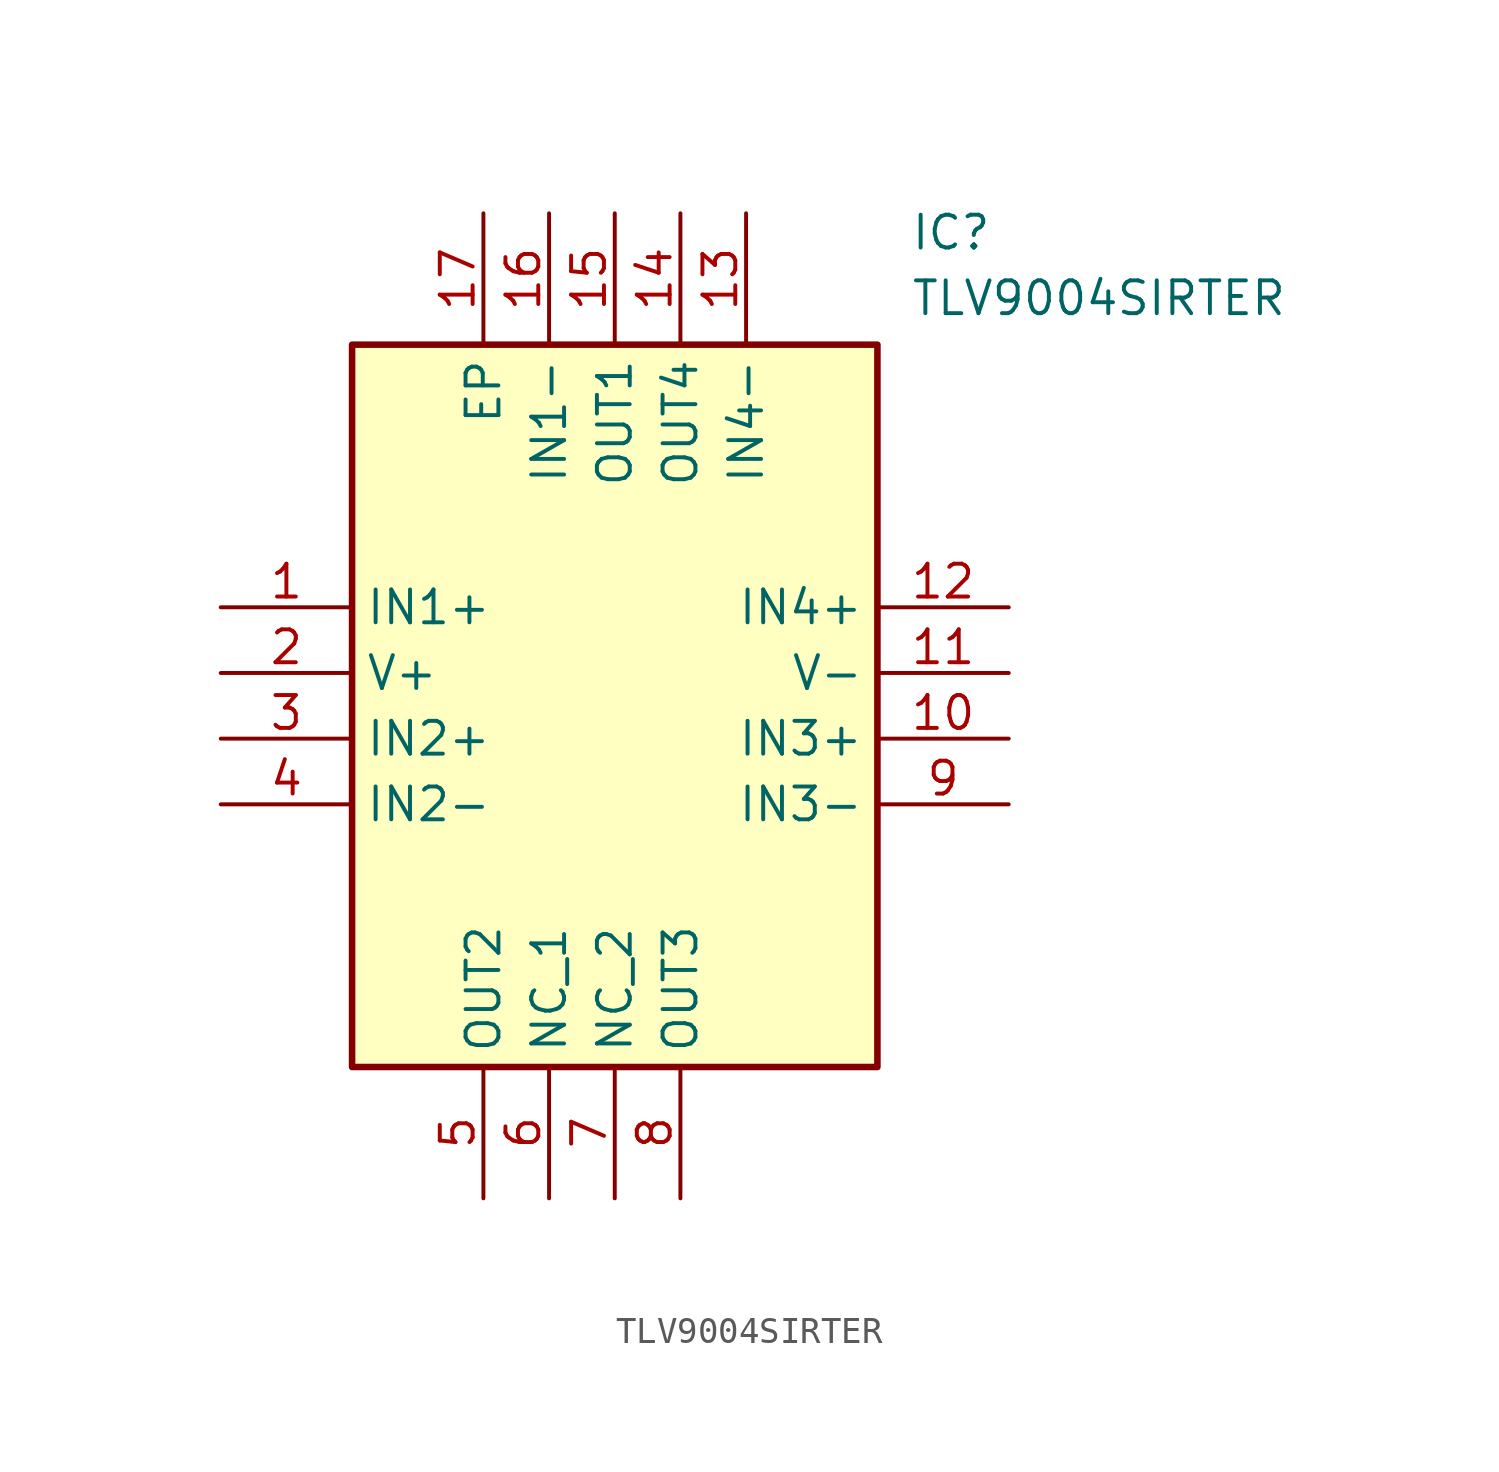
<source format=kicad_sym>
(kicad_symbol_lib
  (version 20211014)
  (generator SamacSys_ECAD_Model)
  (symbol "TLV9004SIRTER"
    (property "Reference" "IC"
      (at 26.67 15.24 0)
      (effects (font (size 1.27 1.27)) (justify left top)))
    (property "Value" "TLV9004SIRTER"
      (at 26.67 12.7 0)
      (effects (font (size 1.27 1.27)) (justify left top)))
    (rectangle
      (start 5.08 10.16)
      (end 25.4 -17.78)
      (stroke (width 0.254) (type default))
      (fill (type background)))
    (pin passive line
      (at 0 0 0)
      (length 5.08)
      (name "IN1+" (effects (font (size 1.27 1.27))))
      (number "1" (effects (font (size 1.27 1.27)))))
    (pin passive line
      (at 0 -2.54 0)
      (length 5.08)
      (name "V+" (effects (font (size 1.27 1.27))))
      (number "2" (effects (font (size 1.27 1.27)))))
    (pin passive line
      (at 0 -5.08 0)
      (length 5.08)
      (name "IN2+" (effects (font (size 1.27 1.27))))
      (number "3" (effects (font (size 1.27 1.27)))))
    (pin passive line
      (at 0 -7.62 0)
      (length 5.08)
      (name "IN2-" (effects (font (size 1.27 1.27))))
      (number "4" (effects (font (size 1.27 1.27)))))
    (pin passive line
      (at 10.16 -22.86 90)
      (length 5.08)
      (name "OUT2" (effects (font (size 1.27 1.27))))
      (number "5" (effects (font (size 1.27 1.27)))))
    (pin passive line
      (at 12.7 -22.86 90)
      (length 5.08)
      (name "NC_1" (effects (font (size 1.27 1.27))))
      (number "6" (effects (font (size 1.27 1.27)))))
    (pin passive line
      (at 15.24 -22.86 90)
      (length 5.08)
      (name "NC_2" (effects (font (size 1.27 1.27))))
      (number "7" (effects (font (size 1.27 1.27)))))
    (pin passive line
      (at 17.78 -22.86 90)
      (length 5.08)
      (name "OUT3" (effects (font (size 1.27 1.27))))
      (number "8" (effects (font (size 1.27 1.27)))))
    (pin passive line
      (at 30.48 0 180)
      (length 5.08)
      (name "IN4+" (effects (font (size 1.27 1.27))))
      (number "12" (effects (font (size 1.27 1.27)))))
    (pin passive line
      (at 30.48 -2.54 180)
      (length 5.08)
      (name "V-" (effects (font (size 1.27 1.27))))
      (number "11" (effects (font (size 1.27 1.27)))))
    (pin passive line
      (at 30.48 -5.08 180)
      (length 5.08)
      (name "IN3+" (effects (font (size 1.27 1.27))))
      (number "10" (effects (font (size 1.27 1.27)))))
    (pin passive line
      (at 30.48 -7.62 180)
      (length 5.08)
      (name "IN3-" (effects (font (size 1.27 1.27))))
      (number "9" (effects (font (size 1.27 1.27)))))
    (pin passive line
      (at 10.16 15.24 270)
      (length 5.08)
      (name "EP" (effects (font (size 1.27 1.27))))
      (number "17" (effects (font (size 1.27 1.27)))))
    (pin passive line
      (at 12.7 15.24 270)
      (length 5.08)
      (name "IN1-" (effects (font (size 1.27 1.27))))
      (number "16" (effects (font (size 1.27 1.27)))))
    (pin passive line
      (at 15.24 15.24 270)
      (length 5.08)
      (name "OUT1" (effects (font (size 1.27 1.27))))
      (number "15" (effects (font (size 1.27 1.27)))))
    (pin passive line
      (at 17.78 15.24 270)
      (length 5.08)
      (name "OUT4" (effects (font (size 1.27 1.27))))
      (number "14" (effects (font (size 1.27 1.27)))))
    (pin passive line
      (at 20.32 15.24 270)
      (length 5.08)
      (name "IN4-" (effects (font (size 1.27 1.27))))
      (number "13" (effects (font (size 1.27 1.27)))))))
</source>
